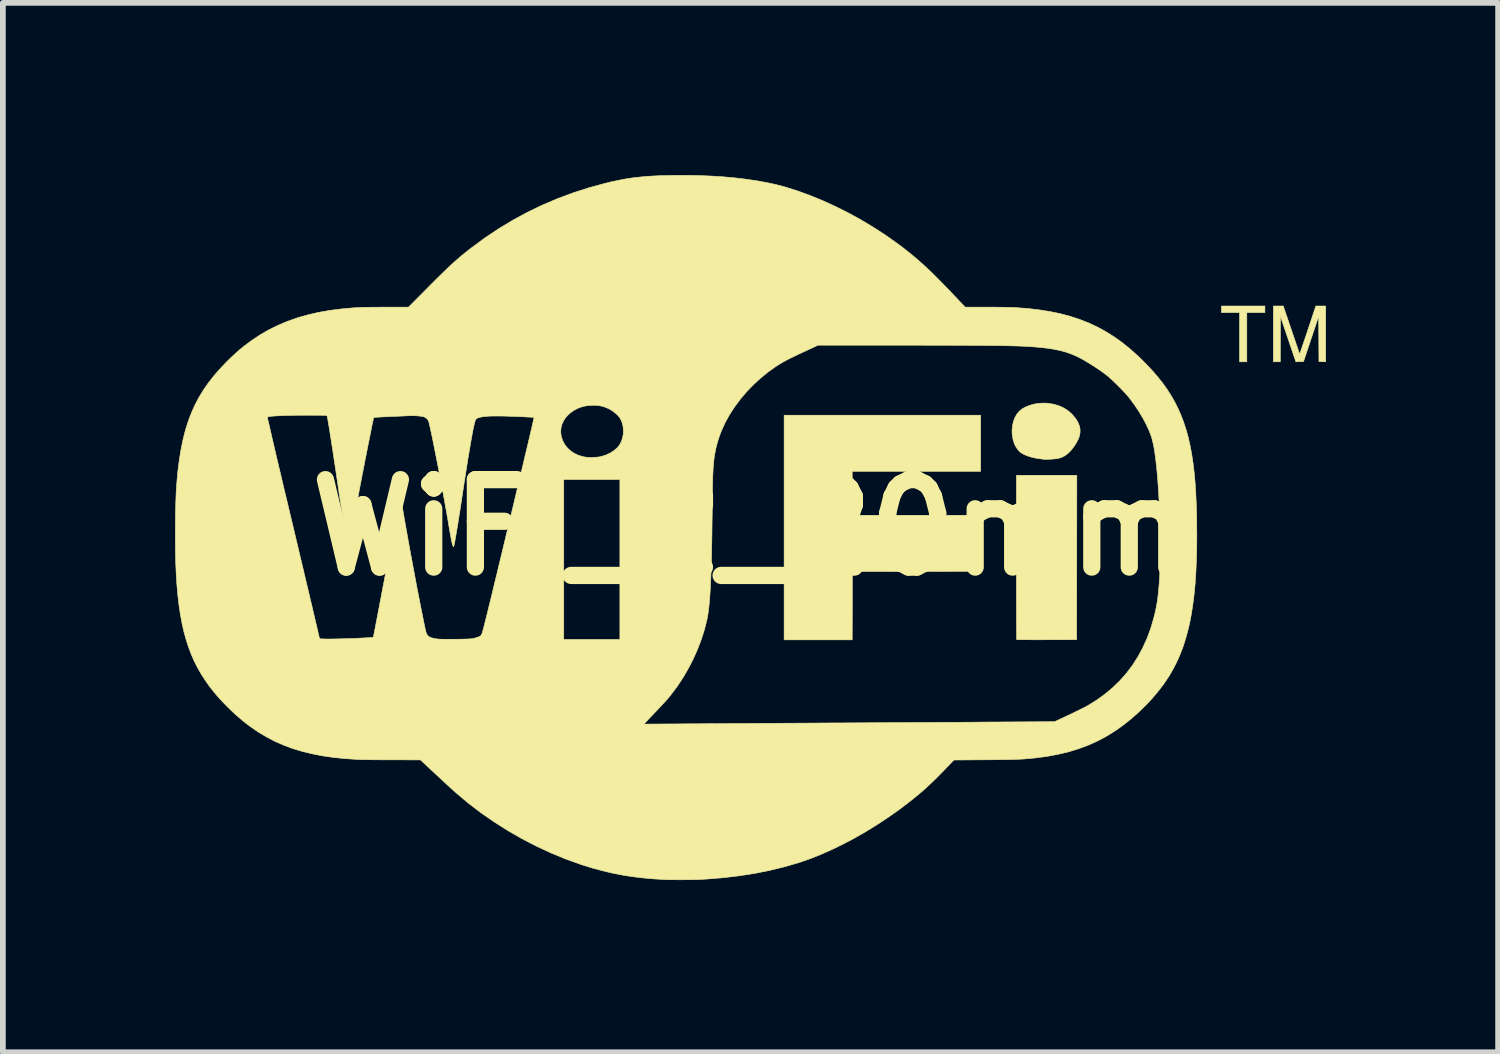
<source format=kicad_pcb>
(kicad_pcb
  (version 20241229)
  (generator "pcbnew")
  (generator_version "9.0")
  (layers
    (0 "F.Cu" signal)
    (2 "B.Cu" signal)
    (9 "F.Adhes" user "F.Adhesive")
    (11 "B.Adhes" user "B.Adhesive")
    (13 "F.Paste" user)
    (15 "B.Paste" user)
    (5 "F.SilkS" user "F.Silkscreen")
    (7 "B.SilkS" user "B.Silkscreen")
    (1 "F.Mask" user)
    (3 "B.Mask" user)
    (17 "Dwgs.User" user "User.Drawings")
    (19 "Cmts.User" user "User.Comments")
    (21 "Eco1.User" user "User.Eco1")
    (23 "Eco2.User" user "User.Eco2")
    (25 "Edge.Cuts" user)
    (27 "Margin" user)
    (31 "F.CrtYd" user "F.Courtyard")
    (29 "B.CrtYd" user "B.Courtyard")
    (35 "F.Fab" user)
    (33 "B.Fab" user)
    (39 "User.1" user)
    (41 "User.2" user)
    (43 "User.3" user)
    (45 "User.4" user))
  (footprint "WiFi_2_20mm"
    (layer "F.Cu")
    (at 10.023 6.142)
    (property "Reference" "WiFi_2_20mm" (at 0 0 0) (layer "F.SilkS") (effects (font (size 1.524 1.524) (thickness 0.3))))
    (attr through_hole)
    (fp_poly (pts (xy 8.967 -3.746) (xy 8.652 -3.746) (xy 8.652 -2.888) (xy 8.525 -2.888) (xy 8.525 -3.746) (xy 8.21 -3.746) (xy 8.21 -3.86) (xy 8.967 -3.86) (xy 8.967 -3.746)) (stroke (width 0.01) (type solid)) (fill yes) (layer "F.SilkS"))
    (fp_poly (pts (xy 4.014 -0.978) (xy 1.776 -0.978) (xy 1.776 -0.214) (xy 3.8 -0.214) (xy 3.8 0.764) (xy 2.79 0.766) (xy 1.779 0.767) (xy 1.778 1.362) (xy 1.776 1.957) (xy 0.59 1.957) (xy 0.59 -1.957) (xy 4.014 -1.957) (xy 4.014 -0.978)) (stroke (width 0.01) (type solid)) (fill yes) (layer "F.SilkS"))
    (fp_poly (pts (xy 5.687 1.954) (xy 5.167 1.955) (xy 5.084 1.956) (xy 5.006 1.956) (xy 4.932 1.956) (xy 4.865 1.955) (xy 4.804 1.955) (xy 4.752 1.955) (xy 4.708 1.954) (xy 4.675 1.954) (xy 4.653 1.953) (xy 4.643 1.953) (xy 4.642 1.953) (xy 4.642 1.945) (xy 4.641 1.926) (xy 4.641 1.894) (xy 4.641 1.85) (xy 4.64 1.796) (xy 4.64 1.731) (xy 4.639 1.656) (xy 4.639 1.573) (xy 4.639 1.481) (xy 4.639 1.381) (xy 4.638 1.274) (xy 4.638 1.16) (xy 4.638 1.04) (xy 4.638 0.915) (xy 4.638 0.785) (xy 4.638 0.651) (xy 4.638 0.518) (xy 4.638 -0.911) (xy 5.69 -0.911) (xy 5.687 1.954)) (stroke (width 0.01) (type solid)) (fill yes) (layer "F.SilkS"))
    (fp_poly (pts (xy 9.334 -3.721) (xy 9.347 -3.684) (xy 9.363 -3.636) (xy 9.382 -3.58) (xy 9.403 -3.518) (xy 9.426 -3.453) (xy 9.448 -3.386) (xy 9.471 -3.32) (xy 9.477 -3.302) (xy 9.572 -3.021) (xy 9.604 -3.111) (xy 9.612 -3.135) (xy 9.624 -3.17) (xy 9.639 -3.215) (xy 9.657 -3.268) (xy 9.677 -3.326) (xy 9.698 -3.389) (xy 9.72 -3.455) (xy 9.743 -3.523) (xy 9.745 -3.53) (xy 9.855 -3.86) (xy 10.026 -3.86) (xy 10.026 -2.888) (xy 9.967 -2.89) (xy 9.909 -2.892) (xy 9.904 -3.683) (xy 9.64 -2.892) (xy 9.507 -2.888) (xy 9.238 -3.68) (xy 9.237 -3.284) (xy 9.235 -2.888) (xy 9.115 -2.888) (xy 9.115 -3.86) (xy 9.287 -3.86) (xy 9.334 -3.721)) (stroke (width 0.01) (type solid)) (fill yes) (layer "F.SilkS"))
    (fp_poly (pts (xy 5.167 -2.167) (xy 5.183 -2.165) (xy 5.283 -2.15) (xy 5.374 -2.123) (xy 5.458 -2.086) (xy 5.533 -2.039) (xy 5.6 -1.981) (xy 5.659 -1.912) (xy 5.68 -1.883) (xy 5.714 -1.824) (xy 5.737 -1.766) (xy 5.747 -1.708) (xy 5.746 -1.649) (xy 5.733 -1.588) (xy 5.708 -1.525) (xy 5.671 -1.458) (xy 5.636 -1.406) (xy 5.586 -1.342) (xy 5.536 -1.292) (xy 5.483 -1.252) (xy 5.428 -1.224) (xy 5.369 -1.205) (xy 5.361 -1.204) (xy 5.336 -1.2) (xy 5.301 -1.196) (xy 5.262 -1.193) (xy 5.22 -1.19) (xy 5.18 -1.189) (xy 5.145 -1.188) (xy 5.119 -1.189) (xy 5.11 -1.19) (xy 5.094 -1.192) (xy 5.07 -1.195) (xy 5.041 -1.199) (xy 5.031 -1.2) (xy 4.961 -1.212) (xy 4.893 -1.228) (xy 4.83 -1.248) (xy 4.773 -1.272) (xy 4.726 -1.298) (xy 4.697 -1.32) (xy 4.668 -1.35) (xy 4.639 -1.39) (xy 4.614 -1.433) (xy 4.599 -1.468) (xy 4.577 -1.541) (xy 4.564 -1.616) (xy 4.561 -1.693) (xy 4.568 -1.768) (xy 4.583 -1.84) (xy 4.607 -1.907) (xy 4.64 -1.968) (xy 4.681 -2.019) (xy 4.687 -2.026) (xy 4.735 -2.065) (xy 4.793 -2.099) (xy 4.86 -2.126) (xy 4.933 -2.148) (xy 5.01 -2.162) (xy 5.089 -2.168) (xy 5.167 -2.167)) (stroke (width 0.01) (type solid)) (fill yes) (layer "F.SilkS"))
    (fp_poly (pts (xy -0.888 -6.133) (xy -0.675 -6.124) (xy -0.469 -6.111) (xy -0.269 -6.093) (xy -0.077 -6.07) (xy 0.107 -6.043) (xy 0.28 -6.012) (xy 0.443 -5.977) (xy 0.594 -5.938) (xy 0.607 -5.934) (xy 0.824 -5.866) (xy 1.045 -5.785) (xy 1.267 -5.694) (xy 1.489 -5.592) (xy 1.711 -5.481) (xy 1.93 -5.361) (xy 2.144 -5.232) (xy 2.353 -5.097) (xy 2.555 -4.954) (xy 2.574 -4.941) (xy 2.665 -4.872) (xy 2.751 -4.804) (xy 2.835 -4.736) (xy 2.917 -4.667) (xy 2.999 -4.594) (xy 3.082 -4.518) (xy 3.168 -4.436) (xy 3.257 -4.347) (xy 3.352 -4.251) (xy 3.454 -4.146) (xy 3.467 -4.132) (xy 3.515 -4.082) (xy 3.56 -4.034) (xy 3.602 -3.991) (xy 3.639 -3.951) (xy 3.672 -3.917) (xy 3.698 -3.89) (xy 3.717 -3.87) (xy 3.729 -3.858) (xy 3.731 -3.855) (xy 3.746 -3.84) (xy 4.117 -3.84) (xy 4.191 -3.84) (xy 4.265 -3.84) (xy 4.336 -3.839) (xy 4.404 -3.838) (xy 4.466 -3.837) (xy 4.52 -3.836) (xy 4.566 -3.835) (xy 4.6 -3.834) (xy 4.608 -3.833) (xy 4.821 -3.818) (xy 5.022 -3.795) (xy 5.213 -3.765) (xy 5.395 -3.728) (xy 5.569 -3.682) (xy 5.735 -3.628) (xy 5.894 -3.566) (xy 6.048 -3.494) (xy 6.196 -3.413) (xy 6.34 -3.323) (xy 6.48 -3.223) (xy 6.618 -3.112) (xy 6.753 -2.991) (xy 6.818 -2.929) (xy 6.92 -2.826) (xy 7.015 -2.723) (xy 7.104 -2.62) (xy 7.186 -2.516) (xy 7.261 -2.411) (xy 7.331 -2.303) (xy 7.394 -2.192) (xy 7.452 -2.078) (xy 7.504 -1.96) (xy 7.551 -1.837) (xy 7.593 -1.708) (xy 7.631 -1.573) (xy 7.663 -1.431) (xy 7.691 -1.282) (xy 7.715 -1.124) (xy 7.735 -0.958) (xy 7.751 -0.782) (xy 7.763 -0.596) (xy 7.772 -0.399) (xy 7.778 -0.19) (xy 7.78 0.03) (xy 7.781 0.134) (xy 7.779 0.365) (xy 7.773 0.583) (xy 7.764 0.79) (xy 7.751 0.985) (xy 7.733 1.171) (xy 7.711 1.346) (xy 7.685 1.512) (xy 7.655 1.669) (xy 7.619 1.818) (xy 7.579 1.96) (xy 7.535 2.094) (xy 7.485 2.223) (xy 7.43 2.345) (xy 7.37 2.463) (xy 7.305 2.576) (xy 7.29 2.6) (xy 7.204 2.728) (xy 7.106 2.855) (xy 6.999 2.982) (xy 6.883 3.105) (xy 6.76 3.224) (xy 6.633 3.336) (xy 6.501 3.441) (xy 6.368 3.536) (xy 6.357 3.543) (xy 6.208 3.636) (xy 6.054 3.718) (xy 5.894 3.79) (xy 5.728 3.852) (xy 5.554 3.906) (xy 5.371 3.95) (xy 5.18 3.986) (xy 4.978 4.013) (xy 4.969 4.014) (xy 4.922 4.019) (xy 4.878 4.023) (xy 4.836 4.027) (xy 4.795 4.031) (xy 4.753 4.034) (xy 4.71 4.036) (xy 4.663 4.038) (xy 4.613 4.04) (xy 4.557 4.042) (xy 4.495 4.043) (xy 4.425 4.044) (xy 4.346 4.045) (xy 4.256 4.046) (xy 4.155 4.047) (xy 4.098 4.047) (xy 3.548 4.051) (xy 3.381 4.225) (xy 3.293 4.315) (xy 3.211 4.397) (xy 3.133 4.471) (xy 3.058 4.541) (xy 2.982 4.608) (xy 2.919 4.661) (xy 2.747 4.799) (xy 2.569 4.933) (xy 2.386 5.061) (xy 2.198 5.185) (xy 2.007 5.302) (xy 1.815 5.412) (xy 1.622 5.514) (xy 1.431 5.607) (xy 1.242 5.691) (xy 1.056 5.766) (xy 0.876 5.829) (xy 0.841 5.84) (xy 0.594 5.912) (xy 0.339 5.974) (xy 0.075 6.027) (xy -0.196 6.069) (xy -0.474 6.102) (xy -0.757 6.125) (xy -0.878 6.132) (xy -0.919 6.134) (xy -0.97 6.135) (xy -1.029 6.136) (xy -1.093 6.137) (xy -1.16 6.137) (xy -1.228 6.138) (xy -1.293 6.137) (xy -1.354 6.137) (xy -1.409 6.137) (xy -1.455 6.136) (xy -1.484 6.134) (xy -1.685 6.122) (xy -1.874 6.105) (xy -2.056 6.083) (xy -2.233 6.055) (xy -2.406 6.021) (xy -2.578 5.98) (xy -2.752 5.933) (xy -2.929 5.878) (xy -2.959 5.868) (xy -3.218 5.775) (xy -3.475 5.669) (xy -3.729 5.551) (xy -3.978 5.422) (xy -4.222 5.282) (xy -4.459 5.132) (xy -4.689 4.973) (xy -4.91 4.804) (xy -5.121 4.627) (xy -5.17 4.583) (xy -5.193 4.562) (xy -5.225 4.534) (xy -5.263 4.499) (xy -5.307 4.458) (xy -5.354 4.414) (xy -5.405 4.367) (xy -5.457 4.319) (xy -5.502 4.277) (xy -5.747 4.049) (xy -6.223 4.048) (xy -6.306 4.048) (xy -6.389 4.048) (xy -6.469 4.047) (xy -6.547 4.047) (xy -6.619 4.046) (xy -6.684 4.045) (xy -6.742 4.044) (xy -6.79 4.043) (xy -6.826 4.042) (xy -6.839 4.041) (xy -7.053 4.027) (xy -7.255 4.007) (xy -7.447 3.979) (xy -7.63 3.944) (xy -7.804 3.902) (xy -7.97 3.852) (xy -8.129 3.793) (xy -8.282 3.726) (xy -8.429 3.649) (xy -8.572 3.564) (xy -8.71 3.469) (xy -8.768 3.425) (xy -1.852 3.425) (xy -1.789 3.425) (xy -1.775 3.425) (xy -1.749 3.424) (xy -1.71 3.424) (xy -1.661 3.424) (xy -1.601 3.424) (xy -1.532 3.423) (xy -1.454 3.423) (xy -1.368 3.422) (xy -1.275 3.422) (xy -1.176 3.421) (xy -1.071 3.42) (xy -0.96 3.42) (xy -0.846 3.419) (xy -0.729 3.418) (xy -0.674 3.418) (xy -0.541 3.417) (xy -0.398 3.416) (xy -0.244 3.415) (xy -0.082 3.414) (xy 0.086 3.413) (xy 0.258 3.412) (xy 0.433 3.411) (xy 0.61 3.41) (xy 0.785 3.409) (xy 0.957 3.408) (xy 1.126 3.407) (xy 1.288 3.406) (xy 1.442 3.405) (xy 1.558 3.405) (xy 1.7 3.404) (xy 1.854 3.403) (xy 2.018 3.402) (xy 2.19 3.401) (xy 2.368 3.4) (xy 2.551 3.399) (xy 2.736 3.398) (xy 2.923 3.397) (xy 3.109 3.396) (xy 3.293 3.395) (xy 3.473 3.394) (xy 3.647 3.393) (xy 3.813 3.392) (xy 3.97 3.391) (xy 4.021 3.39) (xy 5.304 3.383) (xy 5.551 3.267) (xy 5.608 3.24) (xy 5.665 3.212) (xy 5.719 3.186) (xy 5.769 3.161) (xy 5.813 3.14) (xy 5.848 3.121) (xy 5.873 3.108) (xy 5.876 3.106) (xy 6.033 3.009) (xy 6.179 2.904) (xy 6.315 2.79) (xy 6.441 2.668) (xy 6.556 2.537) (xy 6.661 2.398) (xy 6.756 2.249) (xy 6.84 2.093) (xy 6.915 1.927) (xy 6.979 1.754) (xy 7.032 1.571) (xy 7.039 1.545) (xy 7.058 1.467) (xy 7.074 1.39) (xy 7.088 1.313) (xy 7.1 1.232) (xy 7.11 1.147) (xy 7.119 1.053) (xy 7.127 0.951) (xy 7.132 0.878) (xy 7.134 0.84) (xy 7.136 0.791) (xy 7.137 0.731) (xy 7.138 0.662) (xy 7.139 0.587) (xy 7.14 0.505) (xy 7.14 0.42) (xy 7.14 0.332) (xy 7.14 0.243) (xy 7.14 0.155) (xy 7.139 0.069) (xy 7.138 -0.014) (xy 7.137 -0.091) (xy 7.136 -0.162) (xy 7.134 -0.224) (xy 7.133 -0.276) (xy 7.132 -0.292) (xy 7.123 -0.476) (xy 7.113 -0.647) (xy 7.102 -0.805) (xy 7.09 -0.949) (xy 7.077 -1.081) (xy 7.063 -1.2) (xy 7.049 -1.306) (xy 7.034 -1.399) (xy 7.017 -1.479) (xy 7 -1.547) (xy 6.989 -1.585) (xy 6.949 -1.689) (xy 6.899 -1.797) (xy 6.84 -1.909) (xy 6.772 -2.022) (xy 6.698 -2.133) (xy 6.617 -2.243) (xy 6.589 -2.279) (xy 6.563 -2.309) (xy 6.529 -2.347) (xy 6.489 -2.389) (xy 6.446 -2.434) (xy 6.4 -2.48) (xy 6.354 -2.525) (xy 6.311 -2.566) (xy 6.271 -2.603) (xy 6.238 -2.632) (xy 6.225 -2.643) (xy 6.167 -2.687) (xy 6.102 -2.734) (xy 6.031 -2.782) (xy 5.959 -2.829) (xy 5.886 -2.874) (xy 5.818 -2.915) (xy 5.755 -2.95) (xy 5.723 -2.966) (xy 5.653 -2.999) (xy 5.582 -3.028) (xy 5.508 -3.054) (xy 5.431 -3.076) (xy 5.348 -3.095) (xy 5.26 -3.112) (xy 5.163 -3.126) (xy 5.057 -3.138) (xy 4.941 -3.148) (xy 4.813 -3.156) (xy 4.805 -3.156) (xy 4.763 -3.159) (xy 4.717 -3.161) (xy 4.668 -3.163) (xy 4.615 -3.164) (xy 4.558 -3.166) (xy 4.495 -3.167) (xy 4.426 -3.169) (xy 4.351 -3.17) (xy 4.27 -3.171) (xy 4.181 -3.172) (xy 4.084 -3.173) (xy 3.979 -3.174) (xy 3.865 -3.174) (xy 3.742 -3.175) (xy 3.608 -3.175) (xy 3.465 -3.176) (xy 3.31 -3.176) (xy 3.144 -3.176) (xy 2.966 -3.177) (xy 2.775 -3.177) (xy 2.659 -3.177) (xy 1.18 -3.177) (xy 0.927 -3.06) (xy 0.848 -3.023) (xy 0.78 -2.99) (xy 0.72 -2.962) (xy 0.669 -2.936) (xy 0.623 -2.912) (xy 0.582 -2.89) (xy 0.544 -2.868) (xy 0.508 -2.846) (xy 0.471 -2.823) (xy 0.442 -2.804) (xy 0.305 -2.706) (xy 0.173 -2.598) (xy 0.049 -2.483) (xy -0.068 -2.361) (xy -0.176 -2.233) (xy -0.274 -2.101) (xy -0.362 -1.965) (xy -0.438 -1.827) (xy -0.502 -1.687) (xy -0.504 -1.682) (xy -0.54 -1.586) (xy -0.572 -1.486) (xy -0.598 -1.386) (xy -0.617 -1.292) (xy -0.619 -1.28) (xy -0.625 -1.244) (xy -0.63 -1.209) (xy -0.634 -1.173) (xy -0.638 -1.137) (xy -0.642 -1.098) (xy -0.645 -1.057) (xy -0.648 -1.012) (xy -0.65 -0.962) (xy -0.653 -0.906) (xy -0.655 -0.843) (xy -0.656 -0.773) (xy -0.658 -0.694) (xy -0.659 -0.606) (xy -0.661 -0.507) (xy -0.662 -0.397) (xy -0.663 -0.274) (xy -0.663 -0.265) (xy -0.666 -0.071) (xy -0.668 0.11) (xy -0.671 0.279) (xy -0.674 0.435) (xy -0.677 0.581) (xy -0.681 0.715) (xy -0.686 0.839) (xy -0.691 0.953) (xy -0.696 1.058) (xy -0.702 1.154) (xy -0.708 1.241) (xy -0.715 1.321) (xy -0.722 1.393) (xy -0.73 1.458) (xy -0.739 1.517) (xy -0.748 1.57) (xy -0.754 1.602) (xy -0.797 1.774) (xy -0.852 1.947) (xy -0.918 2.12) (xy -0.994 2.291) (xy -1.08 2.458) (xy -1.174 2.619) (xy -1.276 2.773) (xy -1.385 2.917) (xy -1.441 2.986) (xy -1.46 3.007) (xy -1.486 3.036) (xy -1.519 3.071) (xy -1.556 3.111) (xy -1.596 3.154) (xy -1.637 3.197) (xy -1.663 3.224) (xy -1.701 3.264) (xy -1.737 3.302) (xy -1.77 3.336) (xy -1.797 3.365) (xy -1.819 3.388) (xy -1.833 3.404) (xy -1.839 3.41) (xy -1.852 3.425) (xy -8.768 3.425) (xy -8.845 3.365) (xy -8.978 3.25) (xy -9.065 3.168) (xy -9.165 3.068) (xy -9.259 2.967) (xy -9.346 2.866) (xy -9.427 2.762) (xy -9.501 2.657) (xy -9.57 2.549) (xy -9.633 2.438) (xy -9.691 2.323) (xy -9.743 2.203) (xy -9.79 2.078) (xy -9.832 1.947) (xy -9.87 1.81) (xy -9.902 1.666) (xy -9.93 1.514) (xy -9.954 1.354) (xy -9.974 1.186) (xy -9.99 1.007) (xy -10.002 0.819) (xy -10.011 0.62) (xy -10.016 0.41) (xy -10.018 0.188) (xy -10.017 -0.047) (xy -10.017 -0.05) (xy -10.016 -0.17) (xy -10.014 -0.277) (xy -10.012 -0.375) (xy -10.009 -0.464) (xy -10.006 -0.546) (xy -10.003 -0.623) (xy -9.998 -0.697) (xy -9.993 -0.768) (xy -9.987 -0.84) (xy -9.98 -0.913) (xy -9.973 -0.988) (xy -9.972 -0.994) (xy -9.948 -1.186) (xy -9.918 -1.367) (xy -9.883 -1.537) (xy -9.842 -1.698) (xy -9.794 -1.85) (xy -9.768 -1.919) (xy -8.413 -1.919) (xy -8.411 -1.903) (xy -8.41 -1.898) (xy -8.407 -1.886) (xy -8.402 -1.862) (xy -8.394 -1.829) (xy -8.384 -1.788) (xy -8.373 -1.74) (xy -8.361 -1.688) (xy -8.351 -1.642) (xy -8.34 -1.594) (xy -8.329 -1.546) (xy -8.318 -1.499) (xy -8.307 -1.451) (xy -8.295 -1.401) (xy -8.283 -1.349) (xy -8.27 -1.295) (xy -8.257 -1.237) (xy -8.242 -1.175) (xy -8.226 -1.107) (xy -8.209 -1.035) (xy -8.19 -0.956) (xy -8.17 -0.87) (xy -8.148 -0.776) (xy -8.124 -0.674) (xy -8.097 -0.563) (xy -8.068 -0.442) (xy -8.037 -0.311) (xy -8.003 -0.168) (xy -7.966 -0.014) (xy -7.938 0.104) (xy -7.893 0.294) (xy -7.85 0.475) (xy -7.809 0.647) (xy -7.771 0.808) (xy -7.735 0.96) (xy -7.701 1.101) (xy -7.671 1.231) (xy -7.642 1.351) (xy -7.617 1.46) (xy -7.594 1.557) (xy -7.574 1.642) (xy -7.556 1.716) (xy -7.542 1.777) (xy -7.531 1.826) (xy -7.523 1.863) (xy -7.52 1.873) (xy -7.514 1.899) (xy -7.508 1.921) (xy -7.504 1.934) (xy -7.503 1.936) (xy -7.494 1.938) (xy -7.472 1.94) (xy -7.44 1.941) (xy -7.399 1.942) (xy -7.349 1.942) (xy -7.292 1.942) (xy -7.229 1.941) (xy -7.162 1.94) (xy -7.092 1.938) (xy -7.019 1.936) (xy -6.946 1.934) (xy -6.877 1.931) (xy -6.814 1.928) (xy -6.756 1.925) (xy -6.703 1.922) (xy -6.657 1.92) (xy -6.619 1.918) (xy -6.591 1.916) (xy -6.574 1.914) (xy -6.569 1.913) (xy -6.567 1.907) (xy -6.563 1.887) (xy -6.557 1.857) (xy -6.549 1.816) (xy -6.539 1.766) (xy -6.528 1.707) (xy -6.515 1.641) (xy -6.501 1.568) (xy -6.486 1.489) (xy -6.47 1.405) (xy -6.453 1.318) (xy -6.453 1.315) (xy -6.424 1.164) (xy -6.398 1.025) (xy -6.373 0.897) (xy -6.351 0.779) (xy -6.331 0.671) (xy -6.312 0.572) (xy -6.294 0.481) (xy -6.278 0.396) (xy -6.262 0.317) (xy -6.248 0.243) (xy -6.234 0.172) (xy -6.221 0.106) (xy -6.209 0.041) (xy -6.196 -0.023) (xy -6.189 -0.057) (xy -6.176 -0.125) (xy -6.162 -0.191) (xy -6.149 -0.255) (xy -6.136 -0.315) (xy -6.124 -0.369) (xy -6.114 -0.417) (xy -6.105 -0.458) (xy -6.097 -0.489) (xy -6.091 -0.51) (xy -6.088 -0.52) (xy -6.088 -0.521) (xy -6.086 -0.514) (xy -6.083 -0.496) (xy -6.079 -0.468) (xy -6.073 -0.433) (xy -6.067 -0.393) (xy -6.065 -0.382) (xy -6.058 -0.332) (xy -6.048 -0.272) (xy -6.036 -0.203) (xy -6.023 -0.126) (xy -6.008 -0.042) (xy -5.992 0.048) (xy -5.975 0.144) (xy -5.957 0.244) (xy -5.938 0.348) (xy -5.919 0.455) (xy -5.898 0.563) (xy -5.878 0.673) (xy -5.857 0.782) (xy -5.837 0.891) (xy -5.817 0.998) (xy -5.797 1.103) (xy -5.777 1.204) (xy -5.758 1.301) (xy -5.74 1.393) (xy -5.723 1.479) (xy -5.707 1.557) (xy -5.693 1.628) (xy -5.68 1.691) (xy -5.669 1.743) (xy -5.659 1.786) (xy -5.652 1.816) (xy -5.647 1.835) (xy -5.646 1.836) (xy -5.633 1.865) (xy -5.613 1.889) (xy -5.587 1.908) (xy -5.551 1.922) (xy -5.506 1.933) (xy -5.449 1.942) (xy -5.439 1.943) (xy -5.416 1.945) (xy -5.383 1.946) (xy -5.34 1.947) (xy -5.291 1.947) (xy -5.237 1.947) (xy -5.179 1.947) (xy -5.121 1.947) (xy -5.063 1.946) (xy -5.009 1.945) (xy -4.959 1.943) (xy -4.916 1.942) (xy -4.882 1.94) (xy -4.859 1.938) (xy -4.855 1.937) (xy -4.809 1.929) (xy -4.767 1.917) (xy -4.732 1.905) (xy -4.706 1.892) (xy -4.699 1.887) (xy -4.694 1.881) (xy -4.688 1.875) (xy -4.683 1.866) (xy -4.678 1.853) (xy -4.671 1.836) (xy -4.664 1.813) (xy -4.656 1.783) (xy -4.645 1.745) (xy -4.633 1.698) (xy -4.619 1.64) (xy -4.601 1.571) (xy -4.595 1.545) (xy -4.581 1.489) (xy -4.565 1.423) (xy -4.547 1.349) (xy -4.526 1.266) (xy -4.504 1.176) (xy -4.481 1.078) (xy -4.456 0.974) (xy -4.429 0.865) (xy -4.401 0.75) (xy -4.373 0.631) (xy -4.343 0.508) (xy -4.313 0.382) (xy -4.282 0.254) (xy -4.251 0.123) (xy -4.219 -0.008) (xy -4.187 -0.141) (xy -4.156 -0.273) (xy -4.124 -0.404) (xy -4.093 -0.535) (xy -4.063 -0.663) (xy -4.033 -0.788) (xy -4.021 -0.838) (xy -3.25 -0.838) (xy -3.25 1.95) (xy -2.272 1.95) (xy -2.272 -0.838) (xy -3.25 -0.838) (xy -4.021 -0.838) (xy -4.004 -0.911) (xy -3.975 -1.029) (xy -3.948 -1.143) (xy -3.923 -1.252) (xy -3.898 -1.354) (xy -3.875 -1.451) (xy -3.854 -1.54) (xy -3.835 -1.621) (xy -3.825 -1.665) (xy -3.303 -1.665) (xy -3.295 -1.595) (xy -3.291 -1.579) (xy -3.266 -1.507) (xy -3.229 -1.441) (xy -3.182 -1.382) (xy -3.125 -1.331) (xy -3.06 -1.289) (xy -2.986 -1.256) (xy -2.904 -1.233) (xy -2.89 -1.23) (xy -2.849 -1.225) (xy -2.8 -1.222) (xy -2.747 -1.222) (xy -2.693 -1.225) (xy -2.644 -1.229) (xy -2.602 -1.236) (xy -2.593 -1.239) (xy -2.513 -1.265) (xy -2.438 -1.3) (xy -2.372 -1.343) (xy -2.315 -1.392) (xy -2.315 -1.392) (xy -2.277 -1.44) (xy -2.247 -1.497) (xy -2.226 -1.56) (xy -2.213 -1.627) (xy -2.211 -1.696) (xy -2.217 -1.765) (xy -2.234 -1.831) (xy -2.26 -1.892) (xy -2.287 -1.931) (xy -2.324 -1.971) (xy -2.369 -2.009) (xy -2.42 -2.044) (xy -2.475 -2.074) (xy -2.523 -2.095) (xy -2.58 -2.113) (xy -2.636 -2.124) (xy -2.695 -2.13) (xy -2.761 -2.13) (xy -2.767 -2.129) (xy -2.854 -2.122) (xy -2.933 -2.104) (xy -3.007 -2.077) (xy -3.078 -2.039) (xy -3.096 -2.027) (xy -3.159 -1.978) (xy -3.211 -1.923) (xy -3.252 -1.863) (xy -3.281 -1.8) (xy -3.298 -1.733) (xy -3.303 -1.665) (xy -3.825 -1.665) (xy -3.818 -1.694) (xy -3.803 -1.758) (xy -3.791 -1.812) (xy -3.781 -1.856) (xy -3.773 -1.889) (xy -3.769 -1.91) (xy -3.767 -1.919) (xy -3.767 -1.919) (xy -3.774 -1.92) (xy -3.793 -1.921) (xy -3.823 -1.923) (xy -3.861 -1.925) (xy -3.907 -1.927) (xy -3.959 -1.93) (xy -4.016 -1.932) (xy -4.031 -1.933) (xy -4.145 -1.937) (xy -4.247 -1.941) (xy -4.337 -1.943) (xy -4.416 -1.943) (xy -4.486 -1.943) (xy -4.546 -1.941) (xy -4.598 -1.938) (xy -4.643 -1.933) (xy -4.681 -1.927) (xy -4.713 -1.92) (xy -4.732 -1.914) (xy -4.756 -1.905) (xy -4.772 -1.897) (xy -4.781 -1.886) (xy -4.787 -1.877) (xy -4.795 -1.855) (xy -4.804 -1.82) (xy -4.816 -1.772) (xy -4.829 -1.712) (xy -4.843 -1.639) (xy -4.859 -1.553) (xy -4.876 -1.454) (xy -4.895 -1.344) (xy -4.916 -1.221) (xy -4.937 -1.086) (xy -4.96 -0.94) (xy -4.985 -0.782) (xy -5.011 -0.612) (xy -5.013 -0.596) (xy -5.03 -0.486) (xy -5.046 -0.378) (xy -5.062 -0.275) (xy -5.078 -0.178) (xy -5.092 -0.086) (xy -5.106 -0.001) (xy -5.119 0.076) (xy -5.131 0.144) (xy -5.141 0.203) (xy -5.15 0.252) (xy -5.157 0.29) (xy -5.163 0.315) (xy -5.165 0.325) (xy -5.169 0.334) (xy -5.173 0.331) (xy -5.178 0.326) (xy -5.183 0.314) (xy -5.19 0.295) (xy -5.197 0.266) (xy -5.206 0.228) (xy -5.215 0.179) (xy -5.226 0.119) (xy -5.239 0.047) (xy -5.248 -0.007) (xy -5.262 -0.094) (xy -5.278 -0.186) (xy -5.295 -0.284) (xy -5.314 -0.385) (xy -5.332 -0.49) (xy -5.352 -0.596) (xy -5.372 -0.704) (xy -5.392 -0.812) (xy -5.413 -0.92) (xy -5.433 -1.026) (xy -5.453 -1.129) (xy -5.473 -1.23) (xy -5.492 -1.326) (xy -5.51 -1.417) (xy -5.527 -1.503) (xy -5.543 -1.581) (xy -5.558 -1.652) (xy -5.572 -1.714) (xy -5.583 -1.766) (xy -5.593 -1.808) (xy -5.601 -1.839) (xy -5.607 -1.857) (xy -5.607 -1.858) (xy -5.625 -1.887) (xy -5.652 -1.912) (xy -5.684 -1.928) (xy -5.688 -1.93) (xy -5.723 -1.937) (xy -5.768 -1.943) (xy -5.821 -1.947) (xy -5.878 -1.949) (xy -5.936 -1.948) (xy -5.948 -1.948) (xy -6.053 -1.943) (xy -6.149 -1.939) (xy -6.237 -1.936) (xy -6.316 -1.932) (xy -6.384 -1.929) (xy -6.443 -1.926) (xy -6.49 -1.923) (xy -6.526 -1.921) (xy -6.55 -1.919) (xy -6.561 -1.918) (xy -6.562 -1.918) (xy -6.564 -1.911) (xy -6.568 -1.891) (xy -6.574 -1.861) (xy -6.583 -1.821) (xy -6.593 -1.772) (xy -6.604 -1.714) (xy -6.617 -1.65) (xy -6.631 -1.58) (xy -6.646 -1.505) (xy -6.662 -1.427) (xy -6.678 -1.345) (xy -6.694 -1.262) (xy -6.711 -1.179) (xy -6.727 -1.095) (xy -6.743 -1.013) (xy -6.759 -0.934) (xy -6.773 -0.858) (xy -6.787 -0.786) (xy -6.8 -0.72) (xy -6.811 -0.661) (xy -6.821 -0.609) (xy -6.829 -0.567) (xy -6.832 -0.55) (xy -6.855 -0.423) (xy -6.875 -0.309) (xy -6.892 -0.207) (xy -6.907 -0.115) (xy -6.919 -0.033) (xy -6.929 0.039) (xy -6.936 0.104) (xy -6.941 0.16) (xy -6.944 0.188) (xy -6.948 0.243) (xy -6.952 0.286) (xy -6.958 0.317) (xy -6.963 0.335) (xy -6.969 0.342) (xy -6.97 0.342) (xy -6.978 0.338) (xy -6.987 0.326) (xy -6.997 0.305) (xy -7.007 0.275) (xy -7.018 0.237) (xy -7.03 0.188) (xy -7.043 0.13) (xy -7.057 0.061) (xy -7.071 -0.018) (xy -7.087 -0.109) (xy -7.104 -0.211) (xy -7.122 -0.325) (xy -7.142 -0.451) (xy -7.163 -0.589) (xy -7.185 -0.741) (xy -7.188 -0.763) (xy -7.207 -0.89) (xy -7.225 -1.013) (xy -7.243 -1.131) (xy -7.26 -1.244) (xy -7.276 -1.351) (xy -7.292 -1.452) (xy -7.306 -1.546) (xy -7.32 -1.631) (xy -7.332 -1.708) (xy -7.343 -1.776) (xy -7.353 -1.834) (xy -7.361 -1.881) (xy -7.368 -1.916) (xy -7.373 -1.94) (xy -7.375 -1.949) (xy -7.379 -1.951) (xy -7.388 -1.952) (xy -7.405 -1.954) (xy -7.429 -1.955) (xy -7.462 -1.956) (xy -7.504 -1.956) (xy -7.558 -1.957) (xy -7.622 -1.957) (xy -7.699 -1.957) (xy -7.709 -1.957) (xy -7.82 -1.957) (xy -7.923 -1.956) (xy -8.019 -1.954) (xy -8.105 -1.952) (xy -8.183 -1.949) (xy -8.25 -1.946) (xy -8.306 -1.942) (xy -8.352 -1.938) (xy -8.385 -1.934) (xy -8.406 -1.929) (xy -8.411 -1.927) (xy -8.413 -1.919) (xy -9.768 -1.919) (xy -9.739 -1.994) (xy -9.678 -2.132) (xy -9.609 -2.264) (xy -9.532 -2.391) (xy -9.447 -2.514) (xy -9.428 -2.538) (xy -9.338 -2.653) (xy -9.237 -2.768) (xy -9.129 -2.882) (xy -9.016 -2.992) (xy -8.902 -3.094) (xy -8.83 -3.153) (xy -8.688 -3.26) (xy -8.541 -3.357) (xy -8.389 -3.445) (xy -8.231 -3.523) (xy -8.067 -3.592) (xy -7.895 -3.653) (xy -7.715 -3.704) (xy -7.528 -3.748) (xy -7.331 -3.783) (xy -7.124 -3.809) (xy -6.907 -3.829) (xy -6.829 -3.833) (xy -6.8 -3.835) (xy -6.759 -3.836) (xy -6.708 -3.837) (xy -6.649 -3.838) (xy -6.583 -3.839) (xy -6.513 -3.839) (xy -6.44 -3.84) (xy -6.365 -3.84) (xy -6.333 -3.84) (xy -5.955 -3.84) (xy -5.619 -4.178) (xy -5.535 -4.263) (xy -5.458 -4.34) (xy -5.388 -4.408) (xy -5.325 -4.47) (xy -5.266 -4.527) (xy -5.211 -4.578) (xy -5.159 -4.626) (xy -5.108 -4.67) (xy -5.058 -4.713) (xy -5.008 -4.755) (xy -4.956 -4.797) (xy -4.901 -4.841) (xy -4.855 -4.876) (xy -4.623 -5.047) (xy -4.384 -5.207) (xy -4.138 -5.355) (xy -3.885 -5.492) (xy -3.626 -5.617) (xy -3.361 -5.73) (xy -3.09 -5.831) (xy -2.813 -5.92) (xy -2.531 -5.997) (xy -2.53 -5.997) (xy -2.421 -6.024) (xy -2.317 -6.046) (xy -2.217 -6.066) (xy -2.118 -6.083) (xy -2.018 -6.097) (xy -1.915 -6.108) (xy -1.809 -6.118) (xy -1.696 -6.125) (xy -1.575 -6.131) (xy -1.444 -6.134) (xy -1.327 -6.137) (xy -1.106 -6.137) (xy -0.888 -6.133)) (stroke (width 0.01) (type solid)) (fill yes) (layer "F.SilkS")))
  (gr_rect
    (start -3 -3)
    (end 23.054 15.285)
    (stroke (width 0.1) (type default))
    (fill no)
    (layer "Edge.Cuts")))
</source>
